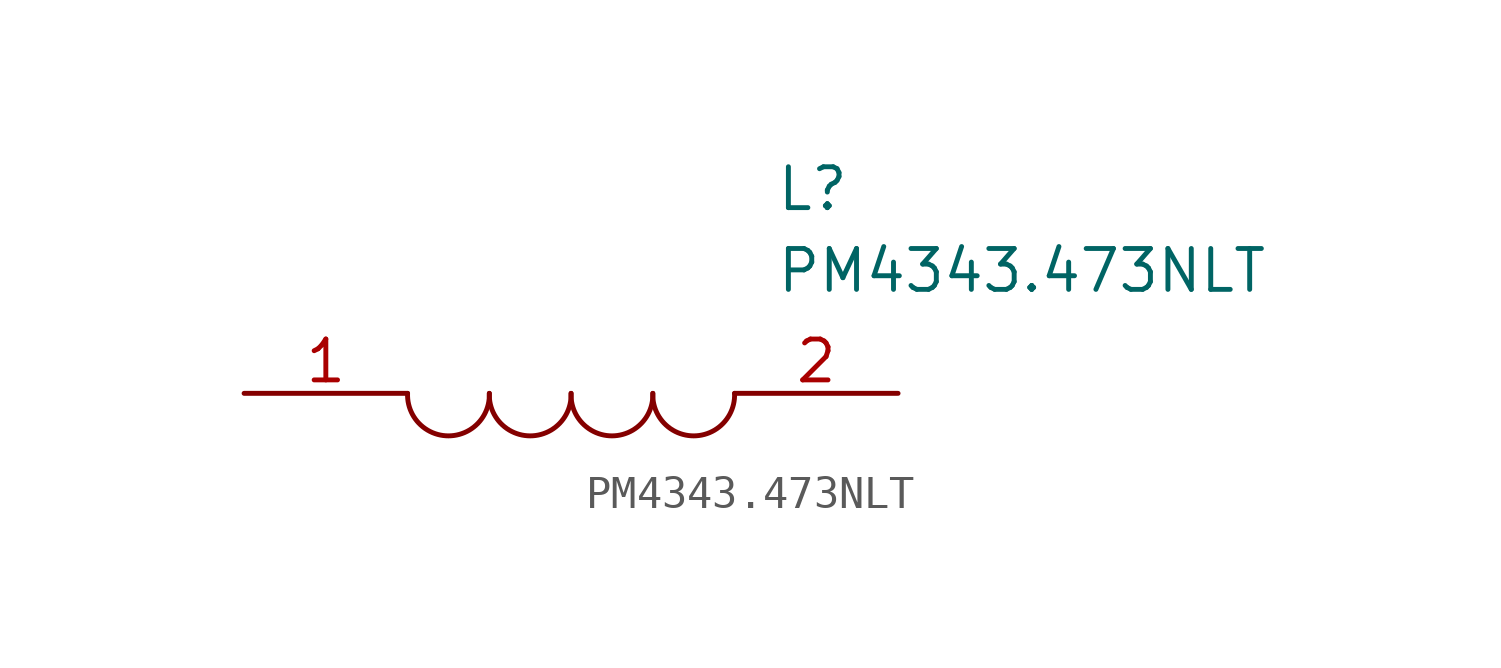
<source format=kicad_sym>
(kicad_symbol_lib
  (version 20241209)
  (generator "kicad_symbol_editor")
  (generator_version "9.0")
  (symbol "PM4343.473NLT"
    (pin_names
      (offset 0.762))
    (property "Reference" "L"
      (at 16.51 6.35 0)
      (effects (font (size 1.27 1.27)) (justify left)))
    (property "Value" "PM4343.473NLT"
      (at 16.51 3.81 0)
      (effects (font (size 1.27 1.27)) (justify left)))
    (symbol "PM4343.473NLT_0_0"
      (pin passive line (at 0 0 0) (length 5.08) (name "~" (effects (font (size 1.27 1.27)))) (number "1" (effects (font (size 1.27 1.27)))))
      (pin passive line (at 20.32 0 180) (length 5.08) (name "~" (effects (font (size 1.27 1.27)))) (number "2" (effects (font (size 1.27 1.27))))))
    (symbol "PM4343.473NLT_0_1"
      (arc (start 7.62 0) (mid 6.35 -1.3218) (end 5.08 0) (stroke (width 0.1524) (type solid)) (fill (type none)))
      (arc (start 10.16 0) (mid 8.89 -1.3218) (end 7.62 0) (stroke (width 0.1524) (type solid)) (fill (type none)))
      (arc (start 12.7 0) (mid 11.43 -1.3218) (end 10.16 0) (stroke (width 0.1524) (type solid)) (fill (type none)))
      (arc (start 15.24 0) (mid 13.97 -1.3218) (end 12.7 0) (stroke (width 0.1524) (type solid)) (fill (type none))))))
</source>
